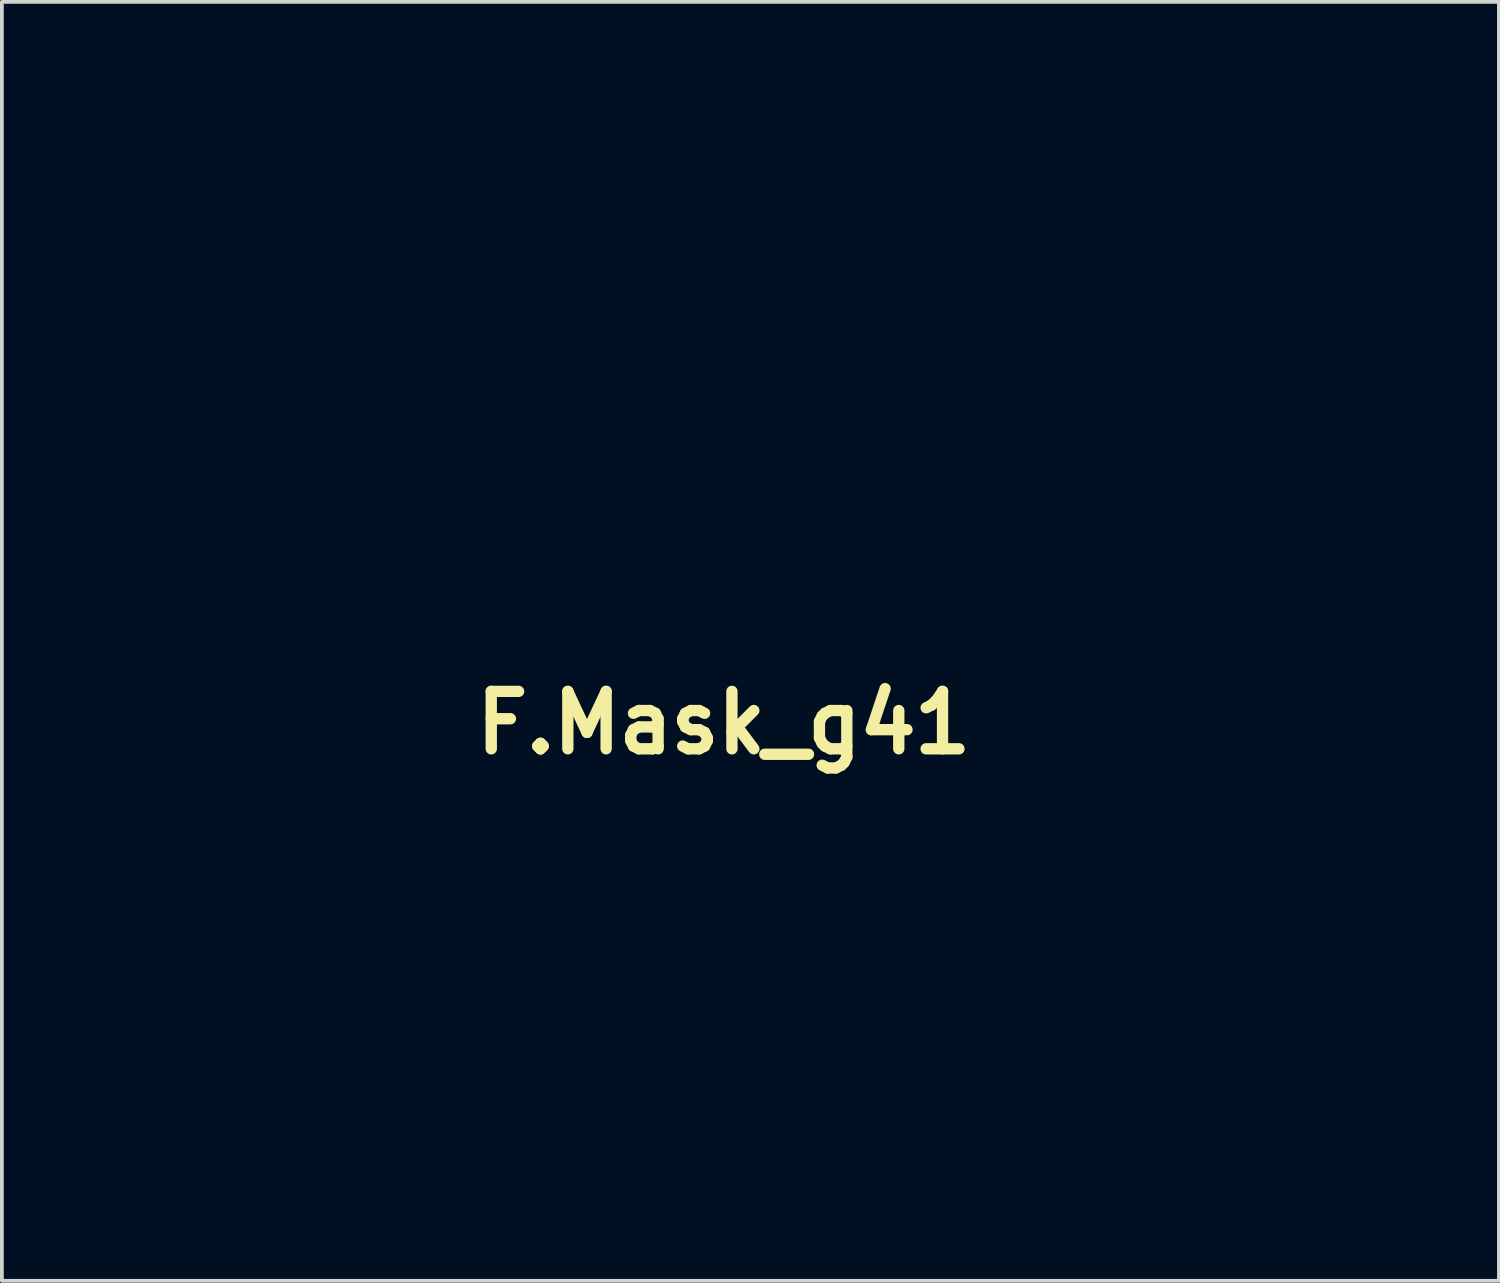
<source format=kicad_pcb>
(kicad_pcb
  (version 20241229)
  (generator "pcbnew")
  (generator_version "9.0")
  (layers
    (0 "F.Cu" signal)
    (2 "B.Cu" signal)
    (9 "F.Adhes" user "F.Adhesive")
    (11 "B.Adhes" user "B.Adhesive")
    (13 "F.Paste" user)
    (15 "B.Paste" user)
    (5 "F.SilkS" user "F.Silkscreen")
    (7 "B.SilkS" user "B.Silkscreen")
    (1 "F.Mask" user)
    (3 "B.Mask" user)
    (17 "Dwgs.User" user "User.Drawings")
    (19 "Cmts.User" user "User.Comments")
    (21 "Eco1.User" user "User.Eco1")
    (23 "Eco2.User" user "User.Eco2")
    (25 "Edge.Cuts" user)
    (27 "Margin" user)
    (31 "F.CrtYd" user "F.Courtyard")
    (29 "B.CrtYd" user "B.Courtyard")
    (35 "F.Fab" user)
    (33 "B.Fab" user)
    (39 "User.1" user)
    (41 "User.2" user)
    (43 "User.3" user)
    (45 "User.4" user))
  (footprint "F.Mask_g41"
    (layer "F.Cu")
    (at 16.154 16.13)
    (property "Reference" "F.Mask_g41" (at 0 0 0) (layer "F.SilkS") (effects (font (size 1.524 1.524) (thickness 0.3))))
    (attr through_hole)
    (fp_poly (pts (xy 8.903 -16.119) (xy 9.104 -16.096) (xy 9.266 -16.052) (xy 9.403 -15.982) (xy 9.531 -15.883) (xy 9.665 -15.75) (xy 9.675 -15.739) (xy 9.896 -15.458) (xy 10.076 -15.145) (xy 10.208 -14.818) (xy 10.287 -14.494) (xy 10.305 -14.189) (xy 10.284 -14.015) (xy 10.214 -13.814) (xy 10.094 -13.592) (xy 9.944 -13.379) (xy 9.783 -13.205) (xy 9.738 -13.166) (xy 9.547 -13.032) (xy 9.358 -12.942) (xy 9.146 -12.888) (xy 8.886 -12.863) (xy 8.753 -12.858) (xy 8.48 -12.863) (xy 8.27 -12.895) (xy 8.101 -12.96) (xy 7.955 -13.066) (xy 7.843 -13.181) (xy 7.729 -13.338) (xy 7.658 -13.511) (xy 7.627 -13.721) (xy 7.628 -13.988) (xy 7.628 -13.992) (xy 7.67 -14.31) (xy 7.762 -14.567) (xy 7.908 -14.776) (xy 8.016 -14.876) (xy 8.136 -14.959) (xy 8.252 -14.998) (xy 8.4 -15.007) (xy 8.618 -14.971) (xy 8.795 -14.873) (xy 8.924 -14.729) (xy 9 -14.553) (xy 9.015 -14.36) (xy 8.963 -14.165) (xy 8.839 -13.984) (xy 8.829 -13.974) (xy 8.733 -13.886) (xy 8.648 -13.84) (xy 8.538 -13.824) (xy 8.434 -13.822) (xy 8.28 -13.828) (xy 8.147 -13.844) (xy 8.09 -13.858) (xy 8.027 -13.876) (xy 8.002 -13.856) (xy 8.004 -13.779) (xy 8.012 -13.719) (xy 8.06 -13.529) (xy 8.155 -13.388) (xy 8.314 -13.274) (xy 8.369 -13.246) (xy 8.64 -13.157) (xy 8.912 -13.153) (xy 9.184 -13.232) (xy 9.454 -13.395) (xy 9.572 -13.492) (xy 9.767 -13.716) (xy 9.884 -13.967) (xy 9.923 -14.247) (xy 9.885 -14.558) (xy 9.77 -14.902) (xy 9.722 -15.008) (xy 9.563 -15.289) (xy 9.377 -15.503) (xy 9.149 -15.67) (xy 9.039 -15.728) (xy 8.766 -15.818) (xy 8.446 -15.849) (xy 8.088 -15.824) (xy 7.704 -15.744) (xy 7.304 -15.613) (xy 6.9 -15.432) (xy 6.501 -15.204) (xy 6.429 -15.157) (xy 5.832 -14.714) (xy 5.253 -14.192) (xy 4.697 -13.597) (xy 4.167 -12.934) (xy 3.669 -12.209) (xy 3.205 -11.426) (xy 2.958 -10.954) (xy 2.79 -10.61) (xy 2.621 -10.248) (xy 2.454 -9.877) (xy 2.294 -9.508) (xy 2.145 -9.15) (xy 2.01 -8.813) (xy 1.894 -8.507) (xy 1.801 -8.243) (xy 1.735 -8.029) (xy 1.699 -7.877) (xy 1.694 -7.823) (xy 1.713 -7.696) (xy 1.758 -7.548) (xy 1.777 -7.504) (xy 1.871 -7.229) (xy 1.916 -6.947) (xy 1.905 -6.689) (xy 1.903 -6.677) (xy 1.869 -6.528) (xy 1.822 -6.404) (xy 1.749 -6.279) (xy 1.635 -6.125) (xy 1.602 -6.083) (xy 1.516 -5.969) (xy 1.458 -5.879) (xy 1.439 -5.839) (xy 1.456 -5.78) (xy 1.499 -5.681) (xy 1.553 -5.571) (xy 1.605 -5.476) (xy 1.643 -5.423) (xy 1.649 -5.42) (xy 1.677 -5.455) (xy 1.736 -5.551) (xy 1.816 -5.691) (xy 1.868 -5.784) (xy 2.797 -5.784) (xy 2.837 -5.799) (xy 2.934 -5.852) (xy 3.073 -5.934) (xy 3.239 -6.038) (xy 3.662 -6.291) (xy 4.048 -6.482) (xy 4.411 -6.613) (xy 4.766 -6.689) (xy 5.128 -6.714) (xy 5.511 -6.691) (xy 5.671 -6.67) (xy 5.894 -6.639) (xy 6.049 -6.631) (xy 6.149 -6.654) (xy 6.21 -6.716) (xy 6.245 -6.826) (xy 6.269 -6.991) (xy 6.272 -7.015) (xy 6.351 -7.349) (xy 6.5 -7.68) (xy 6.708 -7.989) (xy 6.962 -8.257) (xy 7.239 -8.46) (xy 7.339 -8.514) (xy 7.435 -8.547) (xy 7.55 -8.565) (xy 7.71 -8.572) (xy 7.832 -8.572) (xy 8.033 -8.569) (xy 8.178 -8.557) (xy 8.296 -8.53) (xy 8.415 -8.482) (xy 8.482 -8.451) (xy 8.768 -8.285) (xy 8.976 -8.101) (xy 9.114 -7.891) (xy 9.187 -7.645) (xy 9.204 -7.428) (xy 9.168 -7.077) (xy 9.055 -6.756) (xy 8.923 -6.536) (xy 8.74 -6.346) (xy 8.514 -6.219) (xy 8.263 -6.157) (xy 8 -6.16) (xy 7.743 -6.231) (xy 7.508 -6.371) (xy 7.469 -6.404) (xy 7.351 -6.522) (xy 7.254 -6.644) (xy 7.212 -6.717) (xy 7.161 -6.928) (xy 7.17 -7.15) (xy 7.231 -7.367) (xy 7.335 -7.564) (xy 7.473 -7.725) (xy 7.637 -7.833) (xy 7.819 -7.874) (xy 7.822 -7.874) (xy 8.03 -7.837) (xy 8.192 -7.734) (xy 8.298 -7.574) (xy 8.339 -7.366) (xy 8.34 -7.349) (xy 8.328 -7.214) (xy 8.28 -7.108) (xy 8.197 -7.009) (xy 8.108 -6.922) (xy 8.028 -6.877) (xy 7.923 -6.86) (xy 7.809 -6.858) (xy 7.563 -6.858) (xy 7.666 -6.748) (xy 7.854 -6.597) (xy 8.058 -6.528) (xy 8.271 -6.541) (xy 8.486 -6.636) (xy 8.63 -6.747) (xy 8.756 -6.905) (xy 8.844 -7.103) (xy 8.89 -7.315) (xy 8.887 -7.518) (xy 8.832 -7.687) (xy 8.82 -7.706) (xy 8.614 -7.952) (xy 8.378 -8.126) (xy 8.121 -8.228) (xy 7.851 -8.252) (xy 7.579 -8.197) (xy 7.46 -8.146) (xy 7.273 -8.028) (xy 7.112 -7.866) (xy 6.963 -7.647) (xy 6.847 -7.423) (xy 6.781 -7.275) (xy 6.74 -7.154) (xy 6.719 -7.027) (xy 6.711 -6.866) (xy 6.71 -6.731) (xy 6.713 -6.525) (xy 6.727 -6.375) (xy 6.756 -6.252) (xy 6.804 -6.128) (xy 6.82 -6.094) (xy 7.006 -5.783) (xy 7.239 -5.541) (xy 7.521 -5.367) (xy 7.853 -5.26) (xy 8.237 -5.221) (xy 8.394 -5.223) (xy 8.6 -5.237) (xy 8.756 -5.263) (xy 8.899 -5.31) (xy 9.041 -5.375) (xy 9.309 -5.551) (xy 9.546 -5.801) (xy 9.752 -6.127) (xy 9.93 -6.531) (xy 9.984 -6.689) (xy 10.039 -6.867) (xy 10.084 -7.042) (xy 10.121 -7.23) (xy 10.154 -7.449) (xy 10.185 -7.714) (xy 10.217 -8.044) (xy 10.225 -8.128) (xy 10.278 -8.682) (xy 10.336 -9.161) (xy 10.399 -9.576) (xy 10.471 -9.937) (xy 10.554 -10.254) (xy 10.652 -10.537) (xy 10.765 -10.798) (xy 10.899 -11.045) (xy 11.046 -11.277) (xy 11.263 -11.599) (xy 11.061 -11.519) (xy 10.742 -11.386) (xy 10.366 -11.217) (xy 9.949 -11.02) (xy 9.506 -10.803) (xy 9.052 -10.573) (xy 8.603 -10.339) (xy 8.175 -10.109) (xy 7.783 -9.889) (xy 7.504 -9.726) (xy 7.085 -9.465) (xy 6.647 -9.176) (xy 6.199 -8.865) (xy 5.75 -8.539) (xy 5.309 -8.205) (xy 4.883 -7.87) (xy 4.482 -7.541) (xy 4.115 -7.225) (xy 3.79 -6.929) (xy 3.516 -6.66) (xy 3.302 -6.424) (xy 3.226 -6.329) (xy 3.111 -6.181) (xy 2.995 -6.039) (xy 2.907 -5.938) (xy 2.833 -5.852) (xy 2.797 -5.795) (xy 2.797 -5.784) (xy 1.868 -5.784) (xy 1.902 -5.847) (xy 2.317 -6.535) (xy 2.806 -7.207) (xy 3.36 -7.852) (xy 3.97 -8.458) (xy 4.551 -8.956) (xy 4.805 -9.152) (xy 5.112 -9.381) (xy 5.454 -9.628) (xy 5.812 -9.882) (xy 6.169 -10.128) (xy 6.505 -10.355) (xy 6.802 -10.549) (xy 6.844 -10.575) (xy 7.887 -11.199) (xy 8.905 -11.742) (xy 9.901 -12.204) (xy 9.918 -12.211) (xy 14.226 -12.211) (xy 14.235 -12.168) (xy 14.321 -12.102) (xy 14.406 -12.054) (xy 14.789 -11.807) (xy 15.122 -11.496) (xy 15.398 -11.132) (xy 15.608 -10.724) (xy 15.734 -10.338) (xy 15.771 -10.191) (xy 15.802 -10.083) (xy 15.821 -10.034) (xy 15.823 -10.033) (xy 15.846 -10.069) (xy 15.897 -10.166) (xy 15.968 -10.31) (xy 16.046 -10.473) (xy 16.161 -10.729) (xy 16.266 -10.983) (xy 16.355 -11.22) (xy 16.421 -11.422) (xy 16.46 -11.575) (xy 16.468 -11.641) (xy 16.427 -11.807) (xy 16.308 -11.955) (xy 16.115 -12.081) (xy 15.854 -12.182) (xy 15.634 -12.235) (xy 15.497 -12.253) (xy 15.313 -12.265) (xy 15.102 -12.27) (xy 14.879 -12.27) (xy 14.663 -12.265) (xy 14.473 -12.254) (xy 14.325 -12.239) (xy 14.238 -12.219) (xy 14.226 -12.211) (xy 9.918 -12.211) (xy 10.876 -12.587) (xy 11.829 -12.889) (xy 12.762 -13.112) (xy 13.676 -13.255) (xy 14.118 -13.297) (xy 14.473 -13.316) (xy 14.843 -13.325) (xy 15.21 -13.324) (xy 15.558 -13.313) (xy 15.871 -13.293) (xy 16.132 -13.264) (xy 16.32 -13.229) (xy 16.691 -13.102) (xy 17.008 -12.931) (xy 17.262 -12.72) (xy 17.446 -12.476) (xy 17.468 -12.435) (xy 17.52 -12.323) (xy 17.551 -12.223) (xy 17.564 -12.108) (xy 17.563 -11.95) (xy 17.559 -11.837) (xy 17.553 -11.711) (xy 17.543 -11.604) (xy 17.525 -11.504) (xy 17.496 -11.395) (xy 17.45 -11.265) (xy 17.383 -11.1) (xy 17.291 -10.887) (xy 17.17 -10.612) (xy 17.147 -10.562) (xy 16.904 -10.009) (xy 16.692 -9.513) (xy 16.504 -9.057) (xy 16.334 -8.623) (xy 16.176 -8.194) (xy 16.023 -7.752) (xy 15.868 -7.28) (xy 15.706 -6.76) (xy 15.537 -6.202) (xy 15.262 -5.419) (xy 14.91 -4.649) (xy 14.489 -3.906) (xy 14.008 -3.206) (xy 13.55 -2.646) (xy 13.427 -2.504) (xy 13.329 -2.382) (xy 13.266 -2.297) (xy 13.25 -2.265) (xy 13.266 -2.212) (xy 13.309 -2.097) (xy 13.373 -1.937) (xy 13.452 -1.747) (xy 13.464 -1.719) (xy 13.616 -1.343) (xy 13.73 -1.017) (xy 13.811 -0.72) (xy 13.863 -0.429) (xy 13.891 -0.121) (xy 13.902 0.225) (xy 13.902 0.233) (xy 13.901 0.502) (xy 13.895 0.709) (xy 13.881 0.876) (xy 13.857 1.027) (xy 13.82 1.183) (xy 13.808 1.228) (xy 13.621 1.767) (xy 13.364 2.281) (xy 13.046 2.755) (xy 12.677 3.172) (xy 12.637 3.211) (xy 12.31 3.486) (xy 11.964 3.703) (xy 11.583 3.868) (xy 11.153 3.99) (xy 10.72 4.065) (xy 10.546 4.092) (xy 10.406 4.121) (xy 10.32 4.146) (xy 10.303 4.157) (xy 10.308 4.21) (xy 10.338 4.323) (xy 10.39 4.476) (xy 10.431 4.584) (xy 10.6 5.039) (xy 10.732 5.437) (xy 10.83 5.798) (xy 10.899 6.139) (xy 10.942 6.478) (xy 10.964 6.834) (xy 10.968 7.112) (xy 10.961 7.504) (xy 10.94 7.851) (xy 10.901 8.187) (xy 10.839 8.543) (xy 10.771 8.869) (xy 10.62 9.466) (xy 10.45 9.986) (xy 10.257 10.433) (xy 10.039 10.814) (xy 9.793 11.132) (xy 9.514 11.394) (xy 9.256 11.574) (xy 8.986 11.711) (xy 8.74 11.781) (xy 8.495 11.787) (xy 8.296 11.751) (xy 7.918 11.626) (xy 7.504 11.435) (xy 7.064 11.186) (xy 6.605 10.885) (xy 6.138 10.539) (xy 5.67 10.155) (xy 5.631 10.12) (xy 7.281 10.12) (xy 7.316 10.162) (xy 7.405 10.229) (xy 7.53 10.308) (xy 7.667 10.386) (xy 7.798 10.45) (xy 7.856 10.474) (xy 8.085 10.529) (xy 8.33 10.539) (xy 8.562 10.507) (xy 8.742 10.437) (xy 8.874 10.341) (xy 9.012 10.214) (xy 9.071 10.148) (xy 9.168 10.017) (xy 9.258 9.872) (xy 9.333 9.734) (xy 9.381 9.62) (xy 9.392 9.552) (xy 9.388 9.543) (xy 9.342 9.551) (xy 9.243 9.595) (xy 9.111 9.666) (xy 9.073 9.687) (xy 8.769 9.846) (xy 8.472 9.956) (xy 8.152 10.025) (xy 7.781 10.062) (xy 7.758 10.063) (xy 7.568 10.076) (xy 7.415 10.091) (xy 7.313 10.106) (xy 7.281 10.12) (xy 5.631 10.12) (xy 5.211 9.74) (xy 4.769 9.299) (xy 4.353 8.841) (xy 4.13 8.572) (xy 3.593 7.844) (xy 3.101 7.052) (xy 2.659 6.21) (xy 2.271 5.33) (xy 1.942 4.422) (xy 1.847 4.095) (xy 2.688 4.095) (xy 2.708 4.168) (xy 2.726 4.22) (xy 2.783 4.368) (xy 2.87 4.573) (xy 2.977 4.818) (xy 3.097 5.083) (xy 3.22 5.352) (xy 3.34 5.604) (xy 3.447 5.822) (xy 3.532 5.988) (xy 3.535 5.992) (xy 3.669 6.229) (xy 3.818 6.474) (xy 3.973 6.717) (xy 4.128 6.948) (xy 4.274 7.154) (xy 4.404 7.327) (xy 4.511 7.454) (xy 4.587 7.524) (xy 4.613 7.535) (xy 4.638 7.497) (xy 4.668 7.399) (xy 4.692 7.292) (xy 4.759 6.862) (xy 4.806 6.383) (xy 4.834 5.882) (xy 4.84 5.386) (xy 4.824 4.919) (xy 4.788 4.53) (xy 4.761 4.336) (xy 4.728 4.12) (xy 4.691 3.895) (xy 4.653 3.68) (xy 4.618 3.49) (xy 4.588 3.341) (xy 4.565 3.251) (xy 4.557 3.231) (xy 4.532 3.257) (xy 4.482 3.34) (xy 4.429 3.443) (xy 4.277 3.683) (xy 4.079 3.892) (xy 3.856 4.049) (xy 3.681 4.124) (xy 3.428 4.179) (xy 3.183 4.182) (xy 2.916 4.134) (xy 2.763 4.089) (xy 2.705 4.074) (xy 2.688 4.095) (xy 1.847 4.095) (xy 1.676 3.5) (xy 1.478 2.575) (xy 1.354 1.66) (xy 1.331 1.386) (xy 1.316 1.221) (xy 1.298 1.094) (xy 1.279 1.024) (xy 1.272 1.016) (xy 1.253 1.044) (xy 1.229 1.129) (xy 1.201 1.275) (xy 1.168 1.486) (xy 1.129 1.764) (xy 1.084 2.114) (xy 1.032 2.537) (xy 0.973 3.039) (xy 0.91 3.595) (xy 0.878 3.869) (xy 0.849 4.114) (xy 0.823 4.317) (xy 0.802 4.467) (xy 0.788 4.55) (xy 0.784 4.564) (xy 0.734 4.567) (xy 0.703 4.558) (xy 0.679 4.546) (xy 0.66 4.524) (xy 0.642 4.483) (xy 0.624 4.413) (xy 0.606 4.306) (xy 0.584 4.151) (xy 0.559 3.941) (xy 0.527 3.665) (xy 0.489 3.315) (xy 0.486 3.288) (xy 0.436 2.849) (xy 0.387 2.44) (xy 0.34 2.069) (xy 0.296 1.743) (xy 0.256 1.47) (xy 0.221 1.258) (xy 0.192 1.114) (xy 0.171 1.046) (xy 0.169 1.043) (xy 0.149 1.063) (xy 0.127 1.149) (xy 0.108 1.284) (xy 0.107 1.297) (xy -0.034 2.405) (xy -0.241 3.46) (xy -0.515 4.465) (xy -0.855 5.421) (xy -1.263 6.33) (xy -1.739 7.193) (xy -2.215 7.916) (xy -2.839 8.726) (xy -3.507 9.468) (xy -4.218 10.139) (xy -4.97 10.737) (xy -5.376 11.019) (xy -5.812 11.29) (xy -6.201 11.5) (xy -6.552 11.65) (xy -6.806 11.729) (xy -6.99 11.775) (xy -7.119 11.799) (xy -7.224 11.801) (xy -7.331 11.781) (xy -7.47 11.737) (xy -7.536 11.715) (xy -7.858 11.568) (xy -8.152 11.354) (xy -8.42 11.071) (xy -8.664 10.715) (xy -8.887 10.283) (xy -9.091 9.772) (xy -9.145 9.614) (xy -9.181 9.503) (xy -7.993 9.503) (xy -7.99 9.553) (xy -7.95 9.653) (xy -7.885 9.783) (xy -7.805 9.921) (xy -7.722 10.048) (xy -7.678 10.106) (xy -7.444 10.335) (xy -7.186 10.482) (xy -6.908 10.549) (xy -6.616 10.533) (xy -6.312 10.434) (xy -6.239 10.398) (xy -6.1 10.32) (xy -5.976 10.242) (xy -5.928 10.207) (xy -5.824 10.125) (xy -5.971 10.102) (xy -6.082 10.089) (xy -6.247 10.074) (xy -6.434 10.06) (xy -6.478 10.057) (xy -6.767 10.028) (xy -7.014 9.976) (xy -7.249 9.891) (xy -7.504 9.764) (xy -7.619 9.698) (xy -7.773 9.61) (xy -7.897 9.544) (xy -7.975 9.507) (xy -7.993 9.503) (xy -9.181 9.503) (xy -9.247 9.297) (xy -9.328 9.019) (xy -9.39 8.763) (xy -9.435 8.511) (xy -9.467 8.247) (xy -9.486 7.952) (xy -9.497 7.609) (xy -9.501 7.203) (xy -9.501 7.133) (xy -9.501 7.048) (xy -8.437 7.048) (xy -8.424 7.446) (xy -8.378 7.793) (xy -8.295 8.117) (xy -8.167 8.449) (xy -8.079 8.635) (xy -7.87 8.99) (xy -7.625 9.272) (xy -7.338 9.487) (xy -7.002 9.639) (xy -6.89 9.674) (xy -6.642 9.717) (xy -6.345 9.727) (xy -6.027 9.705) (xy -5.714 9.653) (xy -5.482 9.59) (xy -5.149 9.465) (xy -4.877 9.329) (xy -4.641 9.167) (xy -4.419 8.965) (xy -4.365 8.91) (xy -4.1 8.583) (xy -3.892 8.229) (xy -3.746 7.859) (xy -3.668 7.487) (xy -3.662 7.129) (xy -3.677 7.015) (xy -3.721 6.824) (xy -3.785 6.629) (xy -3.837 6.507) (xy -3.978 6.289) (xy -4.176 6.062) (xy -4.408 5.849) (xy -4.652 5.67) (xy -4.804 5.585) (xy -4.952 5.516) (xy -5.071 5.473) (xy -5.192 5.45) (xy -5.343 5.442) (xy -5.503 5.44) (xy -5.704 5.444) (xy -5.849 5.456) (xy -5.968 5.484) (xy -6.089 5.531) (xy -6.16 5.565) (xy -6.42 5.727) (xy -6.66 5.941) (xy -6.857 6.185) (xy -6.952 6.35) (xy -7.07 6.668) (xy -7.128 6.988) (xy -7.128 7.295) (xy -7.071 7.576) (xy -6.957 7.816) (xy -6.869 7.927) (xy -6.729 8.032) (xy -6.537 8.123) (xy -6.327 8.187) (xy -6.132 8.212) (xy -6.126 8.212) (xy -5.884 8.172) (xy -5.643 8.063) (xy -5.425 7.899) (xy -5.252 7.695) (xy -5.203 7.611) (xy -5.134 7.396) (xy -5.148 7.185) (xy -5.246 6.982) (xy -5.371 6.839) (xy -5.503 6.715) (xy -5.503 6.946) (xy -5.524 7.152) (xy -5.592 7.299) (xy -5.717 7.407) (xy -5.758 7.43) (xy -5.954 7.491) (xy -6.14 7.479) (xy -6.303 7.403) (xy -6.427 7.276) (xy -6.5 7.106) (xy -6.505 6.905) (xy -6.502 6.883) (xy -6.425 6.681) (xy -6.289 6.521) (xy -6.108 6.405) (xy -5.897 6.335) (xy -5.669 6.312) (xy -5.439 6.337) (xy -5.221 6.412) (xy -5.031 6.539) (xy -4.882 6.719) (xy -4.878 6.725) (xy -4.792 6.943) (xy -4.756 7.199) (xy -4.772 7.46) (xy -4.84 7.696) (xy -4.862 7.741) (xy -5.045 8.011) (xy -5.284 8.249) (xy -5.512 8.406) (xy -5.627 8.465) (xy -5.727 8.502) (xy -5.841 8.521) (xy -5.993 8.528) (xy -6.138 8.529) (xy -6.35 8.524) (xy -6.503 8.509) (xy -6.625 8.479) (xy -6.737 8.432) (xy -6.957 8.29) (xy -7.154 8.099) (xy -7.307 7.881) (xy -7.384 7.702) (xy -7.424 7.499) (xy -7.445 7.244) (xy -7.448 6.965) (xy -7.432 6.694) (xy -7.397 6.459) (xy -7.386 6.412) (xy -7.262 6.095) (xy -7.062 5.802) (xy -6.796 5.541) (xy -6.469 5.32) (xy -6.356 5.261) (xy -6.245 5.211) (xy -6.141 5.176) (xy -6.024 5.154) (xy -5.87 5.14) (xy -5.659 5.132) (xy -5.597 5.13) (xy -5.245 5.132) (xy -4.952 5.164) (xy -4.694 5.231) (xy -4.448 5.341) (xy -4.19 5.498) (xy -4.183 5.503) (xy -3.873 5.714) (xy -3.842 5.45) (xy -3.826 5.322) (xy -3.812 5.21) (xy -3.383 5.21) (xy -3.38 5.514) (xy -3.376 5.739) (xy -3.368 6.133) (xy -3.357 6.453) (xy -3.343 6.713) (xy -3.325 6.924) (xy -3.303 7.099) (xy -3.283 7.207) (xy -3.249 7.371) (xy -3.221 7.498) (xy -3.203 7.569) (xy -3.199 7.578) (xy -3.171 7.547) (xy -3.102 7.466) (xy -3.007 7.349) (xy -2.971 7.304) (xy -2.675 6.905) (xy -2.374 6.441) (xy -2.078 5.931) (xy -1.799 5.395) (xy -1.63 5.038) (xy -1.516 4.778) (xy -1.42 4.544) (xy -1.344 4.347) (xy -1.295 4.196) (xy -1.275 4.105) (xy -1.278 4.084) (xy -1.325 4.085) (xy -1.425 4.108) (xy -1.501 4.129) (xy -1.81 4.186) (xy -2.106 4.163) (xy -2.296 4.107) (xy -2.519 3.986) (xy -2.733 3.805) (xy -2.912 3.585) (xy -3.011 3.408) (xy -3.106 3.196) (xy -3.157 3.37) (xy -3.184 3.479) (xy -3.22 3.649) (xy -3.259 3.856) (xy -3.299 4.08) (xy -3.301 4.093) (xy -3.33 4.273) (xy -3.352 4.435) (xy -3.368 4.594) (xy -3.378 4.766) (xy -3.382 4.966) (xy -3.383 5.21) (xy -3.812 5.21) (xy -3.801 5.13) (xy -3.771 4.891) (xy -3.736 4.626) (xy -3.704 4.381) (xy -3.663 4.07) (xy -3.632 3.834) (xy -3.613 3.665) (xy -3.605 3.552) (xy -3.61 3.487) (xy -3.628 3.462) (xy -3.659 3.467) (xy -3.705 3.494) (xy -3.759 3.529) (xy -4.214 3.779) (xy -4.664 3.949) (xy -5.118 4.042) (xy -5.48 4.064) (xy -5.692 4.059) (xy -5.834 4.042) (xy -5.918 4.005) (xy -5.958 3.943) (xy -5.969 3.849) (xy -5.969 3.847) (xy -5.964 3.786) (xy -5.938 3.749) (xy -5.872 3.728) (xy -5.747 3.714) (xy -5.683 3.708) (xy -5.223 3.66) (xy -4.836 3.594) (xy -4.511 3.509) (xy -4.238 3.401) (xy -4.006 3.266) (xy -3.815 3.113) (xy -3.689 2.979) (xy -3.572 2.819) (xy -3.459 2.621) (xy -3.415 2.528) (xy -2.786 2.528) (xy -2.773 2.858) (xy -2.723 3.146) (xy -2.636 3.378) (xy -2.593 3.449) (xy -2.405 3.661) (xy -2.191 3.806) (xy -1.961 3.879) (xy -1.729 3.876) (xy -1.588 3.834) (xy -1.418 3.73) (xy -1.24 3.566) (xy -1.074 3.361) (xy -0.937 3.138) (xy -0.918 3.099) (xy -0.814 2.814) (xy -0.765 2.532) (xy -0.772 2.271) (xy -0.837 2.051) (xy -0.842 2.041) (xy -0.976 1.85) (xy -1.146 1.712) (xy -1.336 1.634) (xy -1.53 1.622) (xy -1.713 1.683) (xy -1.727 1.692) (xy -1.821 1.767) (xy -1.833 1.823) (xy -1.764 1.856) (xy -1.666 1.863) (xy -1.471 1.9) (xy -1.313 2.001) (xy -1.203 2.148) (xy -1.15 2.326) (xy -1.165 2.517) (xy -1.206 2.624) (xy -1.322 2.777) (xy -1.481 2.859) (xy -1.645 2.879) (xy -1.867 2.84) (xy -2.052 2.726) (xy -2.198 2.538) (xy -2.251 2.429) (xy -2.278 2.324) (xy -2.283 2.192) (xy -2.277 2.059) (xy -2.23 1.76) (xy -2.13 1.517) (xy -1.968 1.314) (xy -1.927 1.277) (xy -1.831 1.201) (xy -1.742 1.161) (xy -1.625 1.145) (xy -1.512 1.143) (xy -1.204 1.185) (xy -0.909 1.304) (xy -0.692 1.454) (xy -0.559 1.566) (xy -0.508 1.302) (xy -0.473 1.067) (xy -0.448 0.792) (xy -0.434 0.49) (xy -0.429 0.17) (xy -0.43 0.064) (xy 1.884 0.064) (xy 1.886 0.461) (xy 1.892 0.781) (xy 1.903 1.028) (xy 1.918 1.21) (xy 1.938 1.333) (xy 1.94 1.341) (xy 1.997 1.56) (xy 2.182 1.419) (xy 2.458 1.256) (xy 2.756 1.166) (xy 3.038 1.153) (xy 3.186 1.172) (xy 3.288 1.213) (xy 3.385 1.293) (xy 3.433 1.343) (xy 3.581 1.553) (xy 3.677 1.795) (xy 3.719 2.051) (xy 3.704 2.3) (xy 3.632 2.523) (xy 3.54 2.662) (xy 3.42 2.763) (xy 3.269 2.843) (xy 3.118 2.89) (xy 3.004 2.891) (xy 2.808 2.803) (xy 2.668 2.658) (xy 2.593 2.471) (xy 2.584 2.362) (xy 2.624 2.175) (xy 2.727 2.018) (xy 2.877 1.908) (xy 3.057 1.863) (xy 3.069 1.862) (xy 3.21 1.847) (xy 3.273 1.805) (xy 3.255 1.736) (xy 3.222 1.698) (xy 3.12 1.633) (xy 2.973 1.609) (xy 2.94 1.609) (xy 2.712 1.645) (xy 2.524 1.746) (xy 2.377 1.901) (xy 2.275 2.1) (xy 2.218 2.331) (xy 2.208 2.585) (xy 2.249 2.849) (xy 2.342 3.113) (xy 2.488 3.367) (xy 2.587 3.491) (xy 2.816 3.708) (xy 3.049 3.841) (xy 3.286 3.888) (xy 3.528 3.852) (xy 3.62 3.815) (xy 3.815 3.705) (xy 3.964 3.563) (xy 4.074 3.381) (xy 4.147 3.147) (xy 4.19 2.853) (xy 4.206 2.487) (xy 4.206 2.479) (xy 4.206 2.248) (xy 4.199 2.075) (xy 4.181 1.933) (xy 4.148 1.794) (xy 4.097 1.631) (xy 4.089 1.609) (xy 3.815 0.886) (xy 3.499 0.206) (xy 3.15 -0.414) (xy 3.035 -0.593) (xy 2.918 -0.762) (xy 2.778 -0.956) (xy 2.626 -1.157) (xy 2.475 -1.35) (xy 2.339 -1.518) (xy 2.229 -1.645) (xy 2.171 -1.704) (xy 2.108 -1.752) (xy 2.072 -1.735) (xy 2.04 -1.674) (xy 1.992 -1.54) (xy 1.953 -1.369) (xy 1.924 -1.152) (xy 1.903 -0.882) (xy 1.89 -0.548) (xy 1.884 -0.142) (xy 1.884 0.064) (xy -0.43 0.064) (xy -0.433 -0.157) (xy -0.445 -0.479) (xy -0.465 -0.787) (xy -0.491 -1.067) (xy -0.525 -1.311) (xy -0.564 -1.507) (xy -0.609 -1.643) (xy -0.658 -1.71) (xy -0.675 -1.714) (xy -0.736 -1.681) (xy -0.835 -1.587) (xy -0.964 -1.442) (xy -1.115 -1.256) (xy -1.279 -1.041) (xy -1.448 -0.804) (xy -1.534 -0.677) (xy -1.694 -0.425) (xy -1.867 -0.122) (xy -2.045 0.21) (xy -2.217 0.552) (xy -2.373 0.883) (xy -2.503 1.184) (xy -2.597 1.435) (xy -2.598 1.439) (xy -2.698 1.804) (xy -2.761 2.172) (xy -2.786 2.528) (xy -3.415 2.528) (xy -3.344 2.376) (xy -3.221 2.071) (xy -3.085 1.696) (xy -3.07 1.651) (xy -2.851 1.051) (xy -2.628 0.515) (xy -2.391 0.021) (xy -2.128 -0.451) (xy -1.829 -0.923) (xy -1.483 -1.416) (xy -1.411 -1.513) (xy -1.26 -1.72) (xy -1.12 -1.918) (xy -1.003 -2.09) (xy -0.919 -2.222) (xy -0.887 -2.278) (xy -0.841 -2.398) (xy -0.798 -2.556) (xy -0.764 -2.726) (xy -0.743 -2.884) (xy -0.74 -2.956) (xy 2.182 -2.956) (xy 2.187 -2.819) (xy 2.208 -2.654) (xy 2.241 -2.486) (xy 2.282 -2.343) (xy 2.307 -2.283) (xy 2.358 -2.198) (xy 2.449 -2.062) (xy 2.569 -1.89) (xy 2.707 -1.698) (xy 2.773 -1.609) (xy 3.122 -1.124) (xy 3.424 -0.67) (xy 3.688 -0.229) (xy 3.925 0.218) (xy 4.143 0.688) (xy 4.351 1.2) (xy 4.559 1.771) (xy 4.635 1.99) (xy 4.752 2.315) (xy 4.862 2.572) (xy 4.974 2.777) (xy 5.096 2.945) (xy 5.237 3.091) (xy 5.243 3.096) (xy 5.46 3.274) (xy 5.688 3.413) (xy 5.942 3.518) (xy 6.238 3.597) (xy 6.592 3.654) (xy 6.861 3.682) (xy 7.055 3.699) (xy 7.218 3.713) (xy 7.332 3.722) (xy 7.377 3.725) (xy 7.403 3.76) (xy 7.408 3.842) (xy 7.394 3.934) (xy 7.364 4.003) (xy 7.355 4.012) (xy 7.237 4.066) (xy 7.056 4.089) (xy 6.804 4.079) (xy 6.663 4.063) (xy 6.145 3.96) (xy 5.66 3.786) (xy 5.367 3.635) (xy 5.227 3.558) (xy 5.117 3.507) (xy 5.053 3.488) (xy 5.047 3.49) (xy 5.045 3.538) (xy 5.053 3.655) (xy 5.07 3.829) (xy 5.094 4.046) (xy 5.123 4.292) (xy 5.156 4.553) (xy 5.19 4.816) (xy 5.224 5.067) (xy 5.256 5.292) (xy 5.285 5.478) (xy 5.308 5.611) (xy 5.325 5.677) (xy 5.327 5.682) (xy 5.373 5.674) (xy 5.461 5.622) (xy 5.546 5.56) (xy 5.689 5.459) (xy 5.867 5.352) (xy 6.011 5.277) (xy 6.133 5.222) (xy 6.24 5.184) (xy 6.353 5.16) (xy 6.496 5.144) (xy 6.688 5.134) (xy 6.833 5.129) (xy 7.115 5.126) (xy 7.36 5.134) (xy 7.548 5.152) (xy 7.605 5.162) (xy 7.864 5.26) (xy 8.118 5.43) (xy 8.356 5.66) (xy 8.564 5.936) (xy 8.733 6.248) (xy 8.806 6.435) (xy 8.85 6.582) (xy 8.876 6.721) (xy 8.887 6.878) (xy 8.885 7.083) (xy 8.883 7.154) (xy 8.872 7.369) (xy 8.855 7.527) (xy 8.826 7.657) (xy 8.778 7.785) (xy 8.734 7.882) (xy 8.572 8.145) (xy 8.365 8.337) (xy 8.109 8.462) (xy 8.069 8.475) (xy 7.865 8.512) (xy 7.618 8.525) (xy 7.365 8.516) (xy 7.145 8.483) (xy 7.098 8.471) (xy 6.873 8.367) (xy 6.658 8.197) (xy 6.466 7.979) (xy 6.313 7.731) (xy 6.215 7.473) (xy 6.2 7.401) (xy 6.2 7.192) (xy 6.261 6.964) (xy 6.37 6.742) (xy 6.515 6.548) (xy 6.682 6.406) (xy 6.759 6.366) (xy 6.966 6.315) (xy 7.204 6.31) (xy 7.436 6.349) (xy 7.579 6.405) (xy 7.758 6.54) (xy 7.879 6.717) (xy 7.938 6.916) (xy 7.928 7.12) (xy 7.851 7.299) (xy 7.726 7.418) (xy 7.558 7.481) (xy 7.369 7.485) (xy 7.197 7.43) (xy 7.055 7.326) (xy 6.973 7.186) (xy 6.943 6.993) (xy 6.943 6.953) (xy 6.943 6.729) (xy 6.839 6.797) (xy 6.721 6.917) (xy 6.629 7.087) (xy 6.577 7.275) (xy 6.575 7.418) (xy 6.645 7.645) (xy 6.782 7.84) (xy 6.971 7.999) (xy 7.197 8.113) (xy 7.447 8.178) (xy 7.706 8.185) (xy 7.959 8.13) (xy 8.066 8.083) (xy 8.26 7.953) (xy 8.403 7.784) (xy 8.498 7.567) (xy 8.551 7.291) (xy 8.566 6.985) (xy 8.542 6.672) (xy 8.467 6.404) (xy 8.332 6.171) (xy 8.131 5.963) (xy 7.857 5.772) (xy 7.591 5.629) (xy 7.345 5.517) (xy 7.144 5.452) (xy 6.966 5.429) (xy 6.787 5.447) (xy 6.584 5.502) (xy 6.577 5.504) (xy 6.188 5.652) (xy 5.872 5.82) (xy 5.619 6.014) (xy 5.417 6.243) (xy 5.271 6.488) (xy 5.209 6.614) (xy 5.168 6.715) (xy 5.142 6.814) (xy 5.129 6.931) (xy 5.123 7.089) (xy 5.122 7.309) (xy 5.122 7.32) (xy 5.123 7.544) (xy 5.129 7.706) (xy 5.142 7.826) (xy 5.167 7.927) (xy 5.208 8.031) (xy 5.265 8.15) (xy 5.509 8.577) (xy 5.802 8.935) (xy 6.145 9.227) (xy 6.545 9.459) (xy 7.005 9.632) (xy 7.091 9.657) (xy 7.265 9.696) (xy 7.446 9.719) (xy 7.659 9.727) (xy 7.877 9.724) (xy 8.099 9.716) (xy 8.259 9.704) (xy 8.382 9.682) (xy 8.49 9.647) (xy 8.607 9.594) (xy 8.614 9.591) (xy 8.907 9.403) (xy 9.177 9.142) (xy 9.415 8.817) (xy 9.546 8.579) (xy 9.67 8.311) (xy 9.758 8.075) (xy 9.817 7.844) (xy 9.851 7.593) (xy 9.867 7.298) (xy 9.87 7.112) (xy 9.858 6.643) (xy 9.81 6.216) (xy 9.72 5.794) (xy 9.606 5.407) (xy 9.474 5.033) (xy 9.341 4.73) (xy 9.199 4.486) (xy 9.036 4.286) (xy 8.844 4.119) (xy 8.613 3.972) (xy 8.48 3.901) (xy 7.909 3.575) (xy 7.335 3.173) (xy 6.769 2.704) (xy 6.223 2.176) (xy 6.21 2.163) (xy 6.009 1.948) (xy 5.821 1.739) (xy 5.64 1.526) (xy 5.46 1.301) (xy 5.274 1.055) (xy 5.076 0.779) (xy 4.86 0.465) (xy 4.618 0.103) (xy 4.345 -0.316) (xy 4.084 -0.72) (xy 3.846 -1.088) (xy 3.645 -1.395) (xy 3.471 -1.651) (xy 3.318 -1.867) (xy 3.178 -2.055) (xy 3.041 -2.225) (xy 2.901 -2.387) (xy 2.748 -2.553) (xy 2.64 -2.666) (xy 2.461 -2.848) (xy 2.332 -2.97) (xy 2.247 -3.034) (xy 2.203 -3.044) (xy 2.197 -3.038) (xy 2.182 -2.956) (xy -0.74 -2.956) (xy -0.738 -3.006) (xy -0.749 -3.061) (xy -0.788 -3.052) (xy -0.872 -2.988) (xy -0.992 -2.879) (xy -1.137 -2.735) (xy -1.298 -2.566) (xy -1.465 -2.381) (xy -1.629 -2.189) (xy -1.671 -2.138) (xy -1.784 -1.992) (xy -1.93 -1.79) (xy -2.1 -1.548) (xy -2.283 -1.281) (xy -2.467 -1.004) (xy -2.572 -0.845) (xy -2.835 -0.438) (xy -3.058 -0.095) (xy -3.248 0.193) (xy -3.409 0.436) (xy -3.548 0.64) (xy -3.67 0.816) (xy -3.781 0.97) (xy -3.887 1.113) (xy -3.974 1.228) (xy -4.508 1.867) (xy -5.079 2.457) (xy -5.677 2.988) (xy -6.294 3.452) (xy -6.92 3.842) (xy -7.064 3.921) (xy -7.314 4.064) (xy -7.514 4.208) (xy -7.676 4.369) (xy -7.812 4.562) (xy -7.935 4.803) (xy -8.055 5.106) (xy -8.099 5.232) (xy -8.241 5.674) (xy -8.34 6.07) (xy -8.403 6.445) (xy -8.433 6.825) (xy -8.437 7.048) (xy -9.501 7.048) (xy -9.503 6.032) (xy -9.371 5.63) (xy -9.303 5.426) (xy -9.217 5.176) (xy -9.125 4.912) (xy -9.045 4.69) (xy -8.976 4.492) (xy -8.923 4.323) (xy -8.891 4.199) (xy -8.882 4.136) (xy -8.885 4.131) (xy -8.939 4.117) (xy -9.058 4.097) (xy -9.219 4.074) (xy -9.317 4.062) (xy -9.86 3.959) (xy -10.359 3.785) (xy -10.812 3.54) (xy -11.217 3.226) (xy -11.545 2.878) (xy -11.705 2.655) (xy -11.873 2.373) (xy -12.037 2.057) (xy -12.186 1.729) (xy -12.301 1.431) (xy -10.896 1.431) (xy -10.893 1.609) (xy -10.884 1.738) (xy -10.867 1.835) (xy -10.839 1.918) (xy -10.802 1.999) (xy -10.635 2.264) (xy -10.413 2.506) (xy -10.162 2.697) (xy -10.089 2.739) (xy -9.71 2.907) (xy -9.329 3.019) (xy -8.958 3.074) (xy -8.61 3.07) (xy -8.3 3.006) (xy -8.157 2.948) (xy -7.948 2.814) (xy -7.734 2.625) (xy -7.538 2.401) (xy -7.381 2.169) (xy -7.346 2.103) (xy -7.245 1.82) (xy -7.185 1.489) (xy -7.168 1.136) (xy -7.194 0.786) (xy -7.264 0.465) (xy -7.292 0.384) (xy -7.407 0.16) (xy -7.571 -0.048) (xy -7.764 -0.222) (xy -7.967 -0.342) (xy -8.071 -0.378) (xy -8.378 -0.41) (xy -8.678 -0.366) (xy -8.954 -0.248) (xy -9.16 -0.093) (xy -9.336 0.115) (xy -9.439 0.343) (xy -9.48 0.612) (xy -9.481 0.677) (xy -9.448 0.963) (xy -9.354 1.21) (xy -9.205 1.407) (xy -9.008 1.544) (xy -8.959 1.564) (xy -8.873 1.585) (xy -8.782 1.574) (xy -8.656 1.524) (xy -8.621 1.508) (xy -8.403 1.407) (xy -8.585 1.375) (xy -8.795 1.305) (xy -8.944 1.184) (xy -9.026 1.023) (xy -9.034 0.831) (xy -8.998 0.698) (xy -8.9 0.522) (xy -8.763 0.419) (xy -8.577 0.381) (xy -8.551 0.381) (xy -8.322 0.417) (xy -8.138 0.525) (xy -8.001 0.702) (xy -7.917 0.927) (xy -7.893 1.18) (xy -7.942 1.402) (xy -8.06 1.587) (xy -8.24 1.728) (xy -8.475 1.821) (xy -8.76 1.858) (xy -8.909 1.855) (xy -9.169 1.808) (xy -9.384 1.697) (xy -9.564 1.516) (xy -9.669 1.355) (xy -9.728 1.244) (xy -9.766 1.149) (xy -9.788 1.047) (xy -9.798 0.912) (xy -9.8 0.722) (xy -9.8 0.677) (xy -9.798 0.469) (xy -9.789 0.32) (xy -9.768 0.204) (xy -9.73 0.097) (xy -9.679 -0.015) (xy -9.516 -0.251) (xy -9.289 -0.444) (xy -9.004 -0.588) (xy -8.671 -0.679) (xy -8.299 -0.715) (xy -8.135 -0.712) (xy -7.939 -0.699) (xy -7.799 -0.678) (xy -7.689 -0.643) (xy -7.58 -0.586) (xy -7.552 -0.569) (xy -7.295 -0.362) (xy -7.081 -0.094) (xy -6.914 0.224) (xy -6.8 0.576) (xy -6.744 0.948) (xy -6.753 1.328) (xy -6.764 1.413) (xy -6.829 1.725) (xy -6.925 2.008) (xy -7.064 2.291) (xy -7.218 2.541) (xy -7.316 2.691) (xy -7.394 2.812) (xy -7.441 2.889) (xy -7.451 2.907) (xy -7.416 2.923) (xy -7.313 2.893) (xy -7.14 2.818) (xy -6.98 2.74) (xy -6.695 2.581) (xy -6.407 2.388) (xy -6.112 2.157) (xy -5.804 1.882) (xy -5.482 1.559) (xy -5.139 1.185) (xy -4.772 0.755) (xy -4.377 0.264) (xy -3.949 -0.292) (xy -3.485 -0.917) (xy -3.429 -0.995) (xy -3.075 -1.478) (xy -2.765 -1.897) (xy -2.495 -2.258) (xy -2.26 -2.566) (xy -2.056 -2.827) (xy -1.877 -3.047) (xy -1.721 -3.231) (xy -1.583 -3.384) (xy -1.573 -3.396) (xy -1.434 -3.544) (xy -1.349 -3.638) (xy -1.344 -3.645) (xy 2.832 -3.645) (xy 2.896 -3.581) (xy 2.906 -3.571) (xy 2.962 -3.509) (xy 3.062 -3.387) (xy 3.2 -3.213) (xy 3.37 -2.994) (xy 3.566 -2.739) (xy 3.781 -2.455) (xy 4.011 -2.151) (xy 4.249 -1.834) (xy 4.488 -1.512) (xy 4.723 -1.194) (xy 4.948 -0.888) (xy 5.157 -0.6) (xy 5.208 -0.529) (xy 5.708 0.142) (xy 6.191 0.747) (xy 6.656 1.283) (xy 7.1 1.747) (xy 7.52 2.135) (xy 7.679 2.267) (xy 7.873 2.41) (xy 8.098 2.555) (xy 8.333 2.691) (xy 8.555 2.805) (xy 8.742 2.884) (xy 8.798 2.902) (xy 8.844 2.91) (xy 8.857 2.892) (xy 8.831 2.834) (xy 8.764 2.725) (xy 8.721 2.66) (xy 8.48 2.254) (xy 8.31 1.878) (xy 8.208 1.518) (xy 8.171 1.163) (xy 8.198 0.802) (xy 8.252 0.539) (xy 8.376 0.163) (xy 8.541 -0.144) (xy 8.751 -0.39) (xy 9.013 -0.584) (xy 9.013 -0.584) (xy 9.106 -0.635) (xy 9.191 -0.668) (xy 9.29 -0.686) (xy 9.426 -0.694) (xy 9.619 -0.696) (xy 9.673 -0.695) (xy 9.956 -0.686) (xy 10.181 -0.657) (xy 10.372 -0.602) (xy 10.556 -0.514) (xy 10.738 -0.399) (xy 10.972 -0.199) (xy 11.136 0.035) (xy 11.234 0.313) (xy 11.27 0.643) (xy 11.27 0.708) (xy 11.232 1.028) (xy 11.133 1.306) (xy 10.98 1.535) (xy 10.783 1.71) (xy 10.551 1.825) (xy 10.292 1.872) (xy 10.016 1.847) (xy 9.738 1.747) (xy 9.522 1.608) (xy 9.384 1.442) (xy 9.319 1.244) (xy 9.313 1.15) (xy 9.35 0.918) (xy 9.449 0.692) (xy 9.596 0.506) (xy 9.622 0.483) (xy 9.714 0.417) (xy 9.804 0.388) (xy 9.93 0.387) (xy 9.979 0.391) (xy 10.196 0.442) (xy 10.355 0.549) (xy 10.451 0.703) (xy 10.476 0.895) (xy 10.453 1.03) (xy 10.365 1.201) (xy 10.212 1.319) (xy 10.023 1.377) (xy 9.847 1.407) (xy 9.993 1.485) (xy 10.135 1.539) (xy 10.284 1.564) (xy 10.294 1.565) (xy 10.468 1.526) (xy 10.626 1.416) (xy 10.758 1.247) (xy 10.856 1.03) (xy 10.909 0.778) (xy 10.911 0.76) (xy 10.9 0.462) (xy 10.816 0.196) (xy 10.665 -0.029) (xy 10.455 -0.207) (xy 10.192 -0.331) (xy 9.882 -0.394) (xy 9.734 -0.401) (xy 9.557 -0.398) (xy 9.434 -0.381) (xy 9.334 -0.344) (xy 9.236 -0.285) (xy 9.002 -0.08) (xy 8.819 0.189) (xy 8.689 0.516) (xy 8.616 0.895) (xy 8.605 1.037) (xy 8.615 1.48) (xy 8.697 1.88) (xy 8.85 2.236) (xy 9.074 2.547) (xy 9.141 2.617) (xy 9.406 2.833) (xy 9.7 2.978) (xy 10.027 3.053) (xy 10.393 3.059) (xy 10.803 2.996) (xy 10.956 2.959) (xy 11.356 2.827) (xy 11.682 2.659) (xy 11.941 2.451) (xy 12.138 2.199) (xy 12.2 2.085) (xy 12.264 1.948) (xy 12.306 1.83) (xy 12.332 1.706) (xy 12.346 1.548) (xy 12.355 1.347) (xy 12.357 1.121) (xy 12.349 0.89) (xy 12.333 0.69) (xy 12.321 0.607) (xy 12.198 0.129) (xy 12.003 -0.305) (xy 11.739 -0.693) (xy 11.41 -1.034) (xy 11.016 -1.325) (xy 10.56 -1.565) (xy 10.237 -1.681) (xy 11.3 -1.681) (xy 11.633 -1.338) (xy 11.946 -0.995) (xy 12.194 -0.678) (xy 12.384 -0.371) (xy 12.525 -0.062) (xy 12.627 0.265) (xy 12.64 0.318) (xy 12.686 0.512) (xy 12.719 0.632) (xy 12.743 0.684) (xy 12.763 0.676) (xy 12.784 0.615) (xy 12.794 0.572) (xy 12.809 0.46) (xy 12.817 0.289) (xy 12.817 0.084) (xy 12.812 -0.085) (xy 12.797 -0.308) (xy 12.772 -0.526) (xy 12.742 -0.709) (xy 12.72 -0.803) (xy 12.653 -0.994) (xy 12.569 -1.197) (xy 12.479 -1.388) (xy 12.392 -1.546) (xy 12.32 -1.649) (xy 12.313 -1.657) (xy 12.234 -1.705) (xy 12.107 -1.731) (xy 11.923 -1.735) (xy 11.67 -1.719) (xy 11.562 -1.708) (xy 11.3 -1.681) (xy 10.237 -1.681) (xy 10.046 -1.75) (xy 9.474 -1.88) (xy 9.28 -1.91) (xy 9.093 -1.928) (xy 8.858 -1.938) (xy 8.567 -1.94) (xy 8.208 -1.933) (xy 7.916 -1.924) (xy 7.457 -1.91) (xy 7.072 -1.902) (xy 6.754 -1.901) (xy 6.492 -1.907) (xy 6.277 -1.921) (xy 6.101 -1.944) (xy 5.953 -1.975) (xy 5.826 -2.015) (xy 5.811 -2.02) (xy 5.76 -2.026) (xy 5.77 -1.979) (xy 5.84 -1.879) (xy 5.973 -1.724) (xy 6.149 -1.534) (xy 6.5 -1.158) (xy 6.792 -0.827) (xy 7.03 -0.533) (xy 7.221 -0.267) (xy 7.369 -0.021) (xy 7.48 0.215) (xy 7.561 0.449) (xy 7.617 0.691) (xy 7.632 0.783) (xy 7.654 1.02) (xy 7.647 1.213) (xy 7.611 1.348) (xy 7.548 1.415) (xy 7.496 1.426) (xy 7.453 1.406) (xy 7.414 1.342) (xy 7.371 1.222) (xy 7.319 1.036) (xy 7.301 0.97) (xy 7.133 0.475) (xy 6.899 -0.007) (xy 6.612 -0.447) (xy 6.545 -0.534) (xy 6.273 -0.847) (xy 5.937 -1.193) (xy 5.545 -1.564) (xy 5.108 -1.951) (xy 4.635 -2.345) (xy 4.134 -2.74) (xy 3.617 -3.126) (xy 3.498 -3.212) (xy 3.235 -3.397) (xy 3.037 -3.534) (xy 2.903 -3.621) (xy 2.834 -3.658) (xy 2.832 -3.645) (xy -1.344 -3.645) (xy -1.314 -3.685) (xy -1.325 -3.691) (xy -1.378 -3.665) (xy -1.439 -3.629) (xy -1.826 -3.386) (xy -2.251 -3.091) (xy -2.699 -2.756) (xy -3.154 -2.395) (xy -3.6 -2.019) (xy -4.021 -1.642) (xy -4.383 -1.293) (xy -4.725 -0.944) (xy -5.008 -0.634) (xy -5.24 -0.352) (xy -5.429 -0.085) (xy -5.581 0.179) (xy -5.705 0.454) (xy -5.809 0.751) (xy -5.899 1.083) (xy -5.945 1.281) (xy -5.985 1.37) (xy -6.065 1.397) (xy -6.074 1.397) (xy -6.147 1.381) (xy -6.188 1.319) (xy -6.205 1.246) (xy -6.22 0.983) (xy -6.179 0.68) (xy -6.088 0.355) (xy -5.951 0.027) (xy -5.842 -0.174) (xy -5.728 -0.355) (xy -5.601 -0.537) (xy -5.449 -0.73) (xy -5.265 -0.947) (xy -5.038 -1.2) (xy -4.776 -1.48) (xy -4.614 -1.653) (xy -4.475 -1.803) (xy -4.368 -1.92) (xy -4.304 -1.994) (xy -4.288 -2.015) (xy -4.331 -2.012) (xy -4.44 -1.997) (xy -4.601 -1.973) (xy -4.796 -1.943) (xy -4.805 -1.941) (xy -5.037 -1.906) (xy -5.221 -1.886) (xy -5.391 -1.88) (xy -5.577 -1.887) (xy -5.811 -1.906) (xy -5.847 -1.91) (xy -6.166 -1.931) (xy -6.535 -1.94) (xy -6.93 -1.938) (xy -7.328 -1.926) (xy -7.705 -1.904) (xy -8.039 -1.873) (xy -8.248 -1.843) (xy -8.769 -1.719) (xy -9.24 -1.529) (xy -9.669 -1.269) (xy -10.064 -0.936) (xy -10.112 -0.887) (xy -10.381 -0.582) (xy -10.582 -0.274) (xy -10.732 0.063) (xy -10.786 0.226) (xy -10.829 0.386) (xy -10.859 0.538) (xy -10.878 0.704) (xy -10.889 0.908) (xy -10.894 1.173) (xy -10.895 1.185) (xy -10.896 1.431) (xy -12.301 1.431) (xy -12.307 1.414) (xy -12.347 1.291) (xy -12.391 1.136) (xy -12.423 0.999) (xy -12.444 0.861) (xy -12.456 0.701) (xy -12.462 0.497) (xy -12.464 0.233) (xy -12.462 0.02) (xy -11.383 0.02) (xy -11.383 0.283) (xy -11.366 0.449) (xy -11.333 0.656) (xy -11.257 0.363) (xy -11.197 0.17) (xy -11.114 -0.048) (xy -11.033 -0.231) (xy -10.78 -0.657) (xy -10.444 -1.085) (xy -10.155 -1.388) (xy -9.842 -1.693) (xy -10.33 -1.693) (xy -10.573 -1.69) (xy -10.743 -1.678) (xy -10.853 -1.657) (xy -10.906 -1.632) (xy -11.001 -1.525) (xy -11.093 -1.35) (xy -11.178 -1.12) (xy -11.253 -0.853) (xy -11.315 -0.563) (xy -11.359 -0.267) (xy -11.383 0.02) (xy -12.462 0.02) (xy -12.46 -0.104) (xy -12.442 -0.391) (xy -12.405 -0.651) (xy -12.344 -0.906) (xy -12.254 -1.179) (xy -12.13 -1.494) (xy -12.063 -1.654) (xy -11.982 -1.851) (xy -11.916 -2.029) (xy -11.871 -2.169) (xy -11.853 -2.252) (xy -11.853 -2.253) (xy -11.861 -2.28) (xy -7.027 -2.28) (xy -6.987 -2.27) (xy -6.873 -2.261) (xy -6.697 -2.254) (xy -6.47 -2.248) (xy -6.204 -2.245) (xy -5.955 -2.244) (xy -5.611 -2.244) (xy -5.338 -2.247) (xy -5.124 -2.253) (xy -4.955 -2.262) (xy -4.817 -2.276) (xy -4.699 -2.295) (xy -4.585 -2.32) (xy -4.553 -2.328) (xy -4.356 -2.383) (xy -4.163 -2.449) (xy -3.966 -2.531) (xy -3.756 -2.633) (xy -3.524 -2.76) (xy -3.263 -2.916) (xy -2.964 -3.108) (xy -2.617 -3.338) (xy -2.215 -3.613) (xy -2.049 -3.728) (xy -1.217 -3.728) (xy -1.211 -3.725) (xy -1.184 -3.747) (xy 2.667 -3.747) (xy 2.688 -3.725) (xy 2.709 -3.747) (xy 2.688 -3.768) (xy 2.667 -3.747) (xy -1.184 -3.747) (xy -1.173 -3.755) (xy -1.164 -3.768) (xy -1.158 -3.789) (xy 2.582 -3.789) (xy 2.603 -3.768) (xy 2.625 -3.789) (xy 2.603 -3.81) (xy 2.582 -3.789) (xy -1.158 -3.789) (xy -1.153 -3.807) (xy -1.159 -3.81) (xy -1.198 -3.78) (xy -1.206 -3.768) (xy -1.217 -3.728) (xy -2.049 -3.728) (xy -2.026 -3.745) (xy -1.889 -3.831) (xy -1.101 -3.831) (xy -1.079 -3.81) (xy -1.058 -3.831) (xy 2.498 -3.831) (xy 2.519 -3.81) (xy 2.54 -3.831) (xy 2.519 -3.852) (xy 2.498 -3.831) (xy -1.058 -3.831) (xy -1.079 -3.852) (xy -1.101 -3.831) (xy -1.889 -3.831) (xy -1.741 -3.925) (xy -1.455 -4.075) (xy -1.183 -4.188) (xy -0.942 -4.257) (xy -0.781 -4.276) (xy -0.702 -4.289) (xy -0.677 -4.313) (xy -0.681 -4.317) (xy 2.142 -4.317) (xy 2.208 -4.285) (xy 2.357 -4.242) (xy 2.466 -4.216) (xy 2.604 -4.181) (xy 2.733 -4.139) (xy 2.863 -4.085) (xy 3.006 -4.012) (xy 3.173 -3.913) (xy 3.374 -3.784) (xy 3.62 -3.618) (xy 3.923 -3.409) (xy 3.958 -3.385) (xy 4.304 -3.146) (xy 4.592 -2.951) (xy 4.836 -2.795) (xy 5.046 -2.671) (xy 5.234 -2.574) (xy 5.411 -2.497) (xy 5.589 -2.436) (xy 5.779 -2.383) (xy 5.994 -2.332) (xy 6.011 -2.329) (xy 6.147 -2.302) (xy 6.291 -2.282) (xy 6.458 -2.268) (xy 6.661 -2.257) (xy 6.915 -2.251) (xy 7.232 -2.248) (xy 7.419 -2.247) (xy 7.742 -2.247) (xy 8.015 -2.251) (xy 8.23 -2.257) (xy 8.381 -2.266) (xy 8.458 -2.278) (xy 8.467 -2.283) (xy 8.431 -2.326) (xy 8.331 -2.401) (xy 8.176 -2.502) (xy 7.979 -2.623) (xy 7.75 -2.756) (xy 7.499 -2.897) (xy 7.237 -3.037) (xy 7.091 -3.112) (xy 6.223 -3.517) (xy 5.359 -3.843) (xy 4.502 -4.09) (xy 3.656 -4.256) (xy 2.824 -4.341) (xy 2.709 -4.347) (xy 2.442 -4.354) (xy 2.259 -4.352) (xy 2.159 -4.34) (xy 2.142 -4.317) (xy -0.681 -4.317) (xy -0.717 -4.353) (xy -0.832 -4.376) (xy -1.012 -4.383) (xy -1.249 -4.374) (xy -1.536 -4.35) (xy -1.862 -4.312) (xy -2.22 -4.26) (xy -2.602 -4.196) (xy -2.875 -4.144) (xy -3.253 -4.053) (xy -3.685 -3.923) (xy -4.151 -3.762) (xy -4.636 -3.576) (xy -5.12 -3.372) (xy -5.587 -3.157) (xy -6.018 -2.939) (xy -6.33 -2.764) (xy -6.539 -2.637) (xy -6.725 -2.517) (xy -6.876 -2.413) (xy -6.981 -2.332) (xy -7.026 -2.284) (xy -7.027 -2.28) (xy -11.861 -2.28) (xy -11.877 -2.332) (xy -11.95 -2.447) (xy -12.078 -2.605) (xy -12.194 -2.735) (xy -12.533 -3.139) (xy -12.872 -3.609) (xy -13.215 -4.153) (xy -13.438 -4.539) (xy -13.572 -4.784) (xy -13.683 -4.996) (xy -13.776 -5.195) (xy -13.859 -5.396) (xy -13.939 -5.617) (xy -14.023 -5.875) (xy -14.117 -6.188) (xy -14.178 -6.398) (xy -14.324 -6.893) (xy -14.47 -7.361) (xy -14.621 -7.815) (xy -14.783 -8.272) (xy -14.962 -8.744) (xy -15.161 -9.247) (xy -15.387 -9.796) (xy -15.442 -9.927) (xy -13.963 -9.927) (xy -13.957 -9.677) (xy -13.925 -9.382) (xy -13.865 -9.057) (xy -13.786 -8.731) (xy -13.695 -8.434) (xy -13.615 -8.233) (xy -13.474 -8.004) (xy -13.27 -7.779) (xy -13.023 -7.579) (xy -12.786 -7.438) (xy -12.636 -7.369) (xy -12.51 -7.328) (xy -12.375 -7.308) (xy -12.197 -7.303) (xy -12.151 -7.303) (xy -11.787 -7.334) (xy -11.443 -7.425) (xy -11.13 -7.566) (xy -10.859 -7.753) (xy -10.642 -7.976) (xy -10.492 -8.23) (xy -10.453 -8.335) (xy -10.386 -8.678) (xy -10.384 -9.021) (xy -10.443 -9.352) (xy -10.56 -9.656) (xy -10.729 -9.919) (xy -10.946 -10.129) (xy -11.039 -10.191) (xy -11.15 -10.25) (xy -11.253 -10.285) (xy -11.376 -10.303) (xy -11.548 -10.308) (xy -11.602 -10.308) (xy -11.788 -10.305) (xy -11.917 -10.293) (xy -12.018 -10.264) (xy -12.118 -10.212) (xy -12.17 -10.181) (xy -12.402 -10.007) (xy -12.555 -9.817) (xy -12.635 -9.603) (xy -12.648 -9.51) (xy -12.637 -9.259) (xy -12.563 -9.043) (xy -12.435 -8.874) (xy -12.261 -8.763) (xy -12.05 -8.721) (xy -12.037 -8.721) (xy -11.855 -8.732) (xy -11.754 -8.768) (xy -11.733 -8.829) (xy -11.791 -8.918) (xy -11.889 -9.007) (xy -12.049 -9.175) (xy -12.131 -9.355) (xy -12.133 -9.536) (xy -12.056 -9.709) (xy -11.956 -9.818) (xy -11.834 -9.907) (xy -11.709 -9.944) (xy -11.615 -9.948) (xy -11.482 -9.938) (xy -11.382 -9.895) (xy -11.275 -9.802) (xy -11.273 -9.8) (xy -11.125 -9.652) (xy -11.14 -9.278) (xy -11.149 -9.095) (xy -11.164 -8.972) (xy -11.193 -8.882) (xy -11.243 -8.799) (xy -11.317 -8.705) (xy -11.456 -8.552) (xy -11.588 -8.455) (xy -11.737 -8.402) (xy -11.927 -8.385) (xy -12.085 -8.388) (xy -12.268 -8.4) (xy -12.393 -8.42) (xy -12.487 -8.455) (xy -12.577 -8.514) (xy -12.587 -8.522) (xy -12.736 -8.658) (xy -12.838 -8.812) (xy -12.9 -9.001) (xy -12.929 -9.243) (xy -12.933 -9.419) (xy -12.931 -9.62) (xy -12.921 -9.761) (xy -12.9 -9.868) (xy -12.861 -9.967) (xy -12.806 -10.072) (xy -12.623 -10.319) (xy -12.385 -10.503) (xy -12.089 -10.624) (xy -11.737 -10.682) (xy -11.578 -10.688) (xy -11.339 -10.677) (xy -11.147 -10.634) (xy -10.974 -10.549) (xy -10.796 -10.41) (xy -10.687 -10.308) (xy -10.391 -9.969) (xy -10.177 -9.613) (xy -10.046 -9.241) (xy -9.998 -8.853) (xy -10.033 -8.45) (xy -10.117 -8.13) (xy -10.276 -7.769) (xy -10.487 -7.473) (xy -10.752 -7.241) (xy -11.072 -7.073) (xy -11.448 -6.967) (xy -11.881 -6.924) (xy -11.98 -6.923) (xy -12.312 -6.937) (xy -12.589 -6.984) (xy -12.842 -7.069) (xy -13.072 -7.186) (xy -13.182 -7.242) (xy -13.26 -7.268) (xy -13.28 -7.265) (xy -13.281 -7.212) (xy -13.252 -7.092) (xy -13.198 -6.917) (xy -13.123 -6.698) (xy -13.031 -6.447) (xy -12.928 -6.175) (xy -12.815 -5.893) (xy -12.699 -5.613) (xy -12.583 -5.345) (xy -12.486 -5.132) (xy -12.305 -4.78) (xy -12.095 -4.426) (xy -11.865 -4.085) (xy -11.627 -3.768) (xy -11.388 -3.489) (xy -11.161 -3.261) (xy -10.953 -3.097) (xy -10.927 -3.08) (xy -10.604 -2.915) (xy -10.275 -2.821) (xy -9.928 -2.795) (xy -9.548 -2.838) (xy -9.292 -2.897) (xy -9.143 -2.938) (xy -8.985 -2.986) (xy -8.811 -3.042) (xy -8.611 -3.11) (xy -8.379 -3.192) (xy -8.105 -3.292) (xy -7.782 -3.412) (xy -7.401 -3.556) (xy -6.955 -3.726) (xy -6.646 -3.843) (xy -6.03 -4.078) (xy -5.483 -4.281) (xy -4.998 -4.457) (xy -4.565 -4.606) (xy -4.177 -4.732) (xy -3.825 -4.836) (xy -3.5 -4.921) (xy -3.195 -4.989) (xy -2.901 -5.043) (xy -2.609 -5.085) (xy -2.312 -5.117) (xy -2.001 -5.141) (xy -1.915 -5.147) (xy -1.723 -5.161) (xy -1.565 -5.177) (xy -1.503 -5.186) (xy 2.776 -5.186) (xy 3.134 -5.176) (xy 3.457 -5.162) (xy 3.773 -5.137) (xy 4.088 -5.098) (xy 4.41 -5.044) (xy 4.749 -4.972) (xy 5.11 -4.88) (xy 5.503 -4.767) (xy 5.935 -4.629) (xy 6.414 -4.466) (xy 6.948 -4.274) (xy 7.544 -4.052) (xy 8.128 -3.83) (xy 8.718 -3.605) (xy 9.234 -3.41) (xy 9.684 -3.245) (xy 10.071 -3.107) (xy 10.402 -2.995) (xy 10.681 -2.906) (xy 10.915 -2.84) (xy 11.108 -2.794) (xy 11.265 -2.766) (xy 11.389 -2.755) (xy 11.489 -2.764) (xy 11.633 -2.79) (xy 11.746 -2.817) (xy 12.051 -2.922) (xy 12.334 -3.078) (xy 12.618 -3.298) (xy 12.71 -3.382) (xy 13.003 -3.686) (xy 13.279 -4.034) (xy 13.542 -4.431) (xy 13.796 -4.886) (xy 14.044 -5.406) (xy 14.291 -5.997) (xy 14.516 -6.594) (xy 14.591 -6.81) (xy 14.655 -7.001) (xy 14.703 -7.151) (xy 14.729 -7.246) (xy 14.732 -7.266) (xy 14.725 -7.309) (xy 14.688 -7.3) (xy 14.637 -7.264) (xy 14.551 -7.21) (xy 14.417 -7.136) (xy 14.266 -7.059) (xy 14.118 -6.992) (xy 13.986 -6.949) (xy 13.84 -6.924) (xy 13.649 -6.911) (xy 13.589 -6.908) (xy 13.14 -6.925) (xy 12.731 -7.013) (xy 12.366 -7.168) (xy 12.049 -7.389) (xy 11.785 -7.673) (xy 11.592 -7.988) (xy 11.527 -8.127) (xy 11.485 -8.241) (xy 11.463 -8.358) (xy 11.453 -8.504) (xy 11.451 -8.699) (xy 11.455 -8.919) (xy 11.47 -9.088) (xy 11.502 -9.238) (xy 11.555 -9.402) (xy 11.569 -9.44) (xy 11.716 -9.761) (xy 11.902 -10.051) (xy 12.115 -10.298) (xy 12.345 -10.488) (xy 12.579 -10.609) (xy 12.614 -10.62) (xy 12.806 -10.655) (xy 13.045 -10.666) (xy 13.296 -10.653) (xy 13.523 -10.618) (xy 13.588 -10.601) (xy 13.815 -10.495) (xy 14.026 -10.325) (xy 14.201 -10.114) (xy 14.316 -9.882) (xy 14.321 -9.869) (xy 14.373 -9.624) (xy 14.391 -9.35) (xy 14.373 -9.087) (xy 14.346 -8.955) (xy 14.285 -8.816) (xy 14.19 -8.68) (xy 14.164 -8.653) (xy 14.005 -8.538) (xy 13.796 -8.452) (xy 13.564 -8.398) (xy 13.335 -8.382) (xy 13.135 -8.408) (xy 13.047 -8.442) (xy 12.847 -8.59) (xy 12.691 -8.794) (xy 12.586 -9.032) (xy 12.54 -9.284) (xy 12.561 -9.532) (xy 12.588 -9.621) (xy 12.692 -9.792) (xy 12.836 -9.902) (xy 13.004 -9.95) (xy 13.178 -9.937) (xy 13.341 -9.863) (xy 13.475 -9.728) (xy 13.532 -9.621) (xy 13.572 -9.429) (xy 13.528 -9.243) (xy 13.405 -9.068) (xy 13.203 -8.908) (xy 13.179 -8.894) (xy 13.127 -8.855) (xy 13.142 -8.819) (xy 13.184 -8.784) (xy 13.307 -8.734) (xy 13.471 -8.723) (xy 13.642 -8.749) (xy 13.782 -8.807) (xy 13.888 -8.9) (xy 13.985 -9.03) (xy 14.009 -9.074) (xy 14.084 -9.313) (xy 14.081 -9.548) (xy 14.009 -9.769) (xy 13.876 -9.966) (xy 13.689 -10.129) (xy 13.457 -10.25) (xy 13.185 -10.318) (xy 13.011 -10.329) (xy 12.718 -10.293) (xy 12.462 -10.182) (xy 12.241 -9.996) (xy 12.052 -9.732) (xy 11.992 -9.62) (xy 11.918 -9.466) (xy 11.872 -9.347) (xy 11.846 -9.233) (xy 11.835 -9.095) (xy 11.832 -8.906) (xy 11.832 -8.871) (xy 11.847 -8.563) (xy 11.897 -8.316) (xy 11.989 -8.108) (xy 12.131 -7.921) (xy 12.251 -7.803) (xy 12.505 -7.609) (xy 12.794 -7.464) (xy 13.137 -7.357) (xy 13.248 -7.332) (xy 13.441 -7.297) (xy 13.587 -7.285) (xy 13.721 -7.294) (xy 13.825 -7.313) (xy 14.122 -7.4) (xy 14.383 -7.534) (xy 14.633 -7.729) (xy 14.716 -7.809) (xy 14.832 -7.929) (xy 14.925 -8.046) (xy 15.003 -8.176) (xy 15.074 -8.333) (xy 15.145 -8.533) (xy 15.222 -8.792) (xy 15.274 -8.975) (xy 15.349 -9.322) (xy 15.387 -9.677) (xy 15.388 -10.019) (xy 15.352 -10.325) (xy 15.288 -10.551) (xy 15.117 -10.887) (xy 14.883 -11.184) (xy 14.58 -11.447) (xy 14.204 -11.68) (xy 13.831 -11.855) (xy 13.588 -11.95) (xy 13.382 -12.015) (xy 13.197 -12.046) (xy 13.016 -12.043) (xy 12.822 -12.005) (xy 12.599 -11.929) (xy 12.331 -11.815) (xy 12.105 -11.711) (xy 11.836 -11.572) (xy 11.63 -11.43) (xy 11.465 -11.265) (xy 11.32 -11.058) (xy 11.223 -10.881) (xy 11.096 -10.621) (xy 10.987 -10.367) (xy 10.893 -10.106) (xy 10.812 -9.827) (xy 10.741 -9.519) (xy 10.678 -9.169) (xy 10.619 -8.767) (xy 10.562 -8.3) (xy 10.518 -7.895) (xy 10.449 -7.338) (xy 10.364 -6.855) (xy 10.26 -6.438) (xy 10.135 -6.079) (xy 9.984 -5.768) (xy 9.804 -5.497) (xy 9.594 -5.257) (xy 9.561 -5.225) (xy 9.267 -4.941) (xy 9.596 -4.971) (xy 10.208 -5.064) (xy 10.822 -5.232) (xy 11.442 -5.478) (xy 12.073 -5.804) (xy 12.471 -6.046) (xy 12.624 -6.141) (xy 12.753 -6.215) (xy 12.839 -6.258) (xy 12.863 -6.265) (xy 12.911 -6.242) (xy 12.889 -6.171) (xy 12.798 -6.053) (xy 12.636 -5.889) (xy 12.61 -5.864) (xy 12.196 -5.52) (xy 11.739 -5.231) (xy 11.228 -4.991) (xy 10.668 -4.8) (xy 10.549 -4.766) (xy 10.441 -4.741) (xy 10.329 -4.722) (xy 10.201 -4.709) (xy 10.042 -4.701) (xy 9.837 -4.697) (xy 9.574 -4.694) (xy 9.29 -4.694) (xy 8.939 -4.694) (xy 8.661 -4.698) (xy 8.442 -4.706) (xy 8.272 -4.717) (xy 8.137 -4.734) (xy 8.025 -4.756) (xy 8.006 -4.761) (xy 7.664 -4.868) (xy 7.355 -5.006) (xy 7.059 -5.186) (xy 6.759 -5.421) (xy 6.438 -5.719) (xy 6.435 -5.722) (xy 6.15 -5.984) (xy 5.89 -6.174) (xy 5.639 -6.3) (xy 5.385 -6.365) (xy 5.112 -6.375) (xy 4.808 -6.335) (xy 4.798 -6.334) (xy 4.458 -6.251) (xy 4.143 -6.137) (xy 3.836 -5.983) (xy 3.52 -5.781) (xy 3.178 -5.52) (xy 3.071 -5.432) (xy 2.776 -5.186) (xy -1.503 -5.186) (xy -1.457 -5.193) (xy -1.419 -5.205) (xy -1.441 -5.245) (xy -1.518 -5.323) (xy -1.636 -5.429) (xy -1.782 -5.552) (xy -1.944 -5.679) (xy -2.106 -5.801) (xy -2.257 -5.905) (xy -2.275 -5.917) (xy -2.596 -6.093) (xy -2.944 -6.23) (xy -3.297 -6.323) (xy -3.635 -6.366) (xy -3.936 -6.354) (xy -3.948 -6.352) (xy -4.15 -6.309) (xy -4.328 -6.246) (xy -4.5 -6.153) (xy -4.682 -6.019) (xy -4.893 -5.834) (xy -5.007 -5.726) (xy -5.294 -5.46) (xy -5.545 -5.251) (xy -5.777 -5.089) (xy -6.006 -4.966) (xy -6.249 -4.871) (xy -6.522 -4.796) (xy -6.668 -4.763) (xy -6.943 -4.72) (xy -7.272 -4.688) (xy -7.631 -4.67) (xy -7.994 -4.665) (xy -8.337 -4.674) (xy -8.634 -4.698) (xy -8.763 -4.716) (xy -9.371 -4.854) (xy -9.92 -5.046) (xy -10.42 -5.297) (xy -10.795 -5.546) (xy -10.958 -5.674) (xy -11.118 -5.815) (xy -11.264 -5.956) (xy -11.383 -6.084) (xy -11.465 -6.188) (xy -11.496 -6.255) (xy -11.493 -6.266) (xy -11.477 -6.284) (xy -11.45 -6.286) (xy -11.4 -6.269) (xy -11.318 -6.224) (xy -11.191 -6.148) (xy -11.008 -6.034) (xy -10.91 -5.972) (xy -10.363 -5.655) (xy -9.826 -5.397) (xy -9.306 -5.2) (xy -8.811 -5.067) (xy -8.35 -5.002) (xy -8.169 -4.996) (xy -7.934 -4.995) (xy -8.213 -5.281) (xy -8.381 -5.465) (xy -8.502 -5.636) (xy -8.6 -5.827) (xy -8.628 -5.892) (xy -8.769 -6.279) (xy -8.888 -6.713) (xy -8.987 -7.203) (xy -9.069 -7.761) (xy -9.101 -8.043) (xy -9.169 -8.621) (xy -9.242 -9.125) (xy -9.323 -9.565) (xy -9.416 -9.951) (xy -9.522 -10.295) (xy -9.647 -10.605) (xy -9.791 -10.893) (xy -9.958 -11.169) (xy -9.997 -11.228) (xy -10.077 -11.342) (xy -10.147 -11.426) (xy -10.226 -11.494) (xy -10.329 -11.557) (xy -9.772 -11.557) (xy -9.769 -11.525) (xy -9.725 -11.439) (xy -9.649 -11.314) (xy -9.592 -11.229) (xy -9.451 -11.017) (xy -9.333 -10.819) (xy -9.234 -10.625) (xy -9.152 -10.423) (xy -9.082 -10.201) (xy -9.022 -9.949) (xy -8.968 -9.656) (xy -8.919 -9.309) (xy -8.869 -8.898) (xy -8.828 -8.521) (xy -8.78 -8.081) (xy -8.737 -7.715) (xy -8.696 -7.41) (xy -8.656 -7.157) (xy -8.615 -6.943) (xy -8.571 -6.757) (xy -8.522 -6.589) (xy -8.471 -6.439) (xy -8.295 -6.05) (xy -8.077 -5.736) (xy -7.818 -5.494) (xy -7.517 -5.327) (xy -7.174 -5.232) (xy -6.899 -5.21) (xy -6.718 -5.22) (xy -6.517 -5.249) (xy -6.415 -5.272) (xy -6.088 -5.384) (xy -5.824 -5.537) (xy -5.607 -5.744) (xy -5.422 -6.017) (xy -5.404 -6.05) (xy -5.29 -6.344) (xy -5.245 -6.667) (xy -5.268 -7.003) (xy -5.355 -7.336) (xy -5.504 -7.65) (xy -5.712 -7.93) (xy -5.713 -7.93) (xy -5.898 -8.102) (xy -6.083 -8.204) (xy -6.295 -8.25) (xy -6.42 -8.255) (xy -6.689 -8.22) (xy -6.935 -8.125) (xy -7.146 -7.98) (xy -7.312 -7.796) (xy -7.423 -7.584) (xy -7.468 -7.356) (xy -7.451 -7.179) (xy -7.362 -6.957) (xy -7.212 -6.765) (xy -7.019 -6.62) (xy -6.801 -6.539) (xy -6.74 -6.53) (xy -6.604 -6.524) (xy -6.51 -6.548) (xy -6.413 -6.616) (xy -6.378 -6.646) (xy -6.278 -6.747) (xy -6.254 -6.813) (xy -6.306 -6.848) (xy -6.428 -6.858) (xy -6.615 -6.896) (xy -6.762 -7.002) (xy -6.86 -7.165) (xy -6.9 -7.376) (xy -6.9 -7.401) (xy -6.864 -7.587) (xy -6.752 -7.735) (xy -6.565 -7.846) (xy -6.556 -7.85) (xy -6.447 -7.89) (xy -6.369 -7.897) (xy -6.283 -7.87) (xy -6.185 -7.821) (xy -5.996 -7.682) (xy -5.851 -7.491) (xy -5.755 -7.268) (xy -5.717 -7.034) (xy -5.743 -6.809) (xy -5.778 -6.717) (xy -5.891 -6.546) (xy -6.05 -6.389) (xy -6.228 -6.27) (xy -6.336 -6.226) (xy -6.641 -6.18) (xy -6.926 -6.208) (xy -7.182 -6.304) (xy -7.403 -6.459) (xy -7.58 -6.664) (xy -7.707 -6.911) (xy -7.777 -7.191) (xy -7.781 -7.497) (xy -7.725 -7.778) (xy -7.665 -7.93) (xy -7.57 -8.064) (xy -7.439 -8.194) (xy -7.192 -8.39) (xy -6.952 -8.516) (xy -6.698 -8.58) (xy -6.489 -8.593) (xy -6.135 -8.554) (xy -5.813 -8.439) (xy -5.527 -8.251) (xy -5.279 -7.993) (xy -5.074 -7.668) (xy -4.915 -7.281) (xy -4.848 -7.041) (xy -4.803 -6.855) (xy -4.762 -6.732) (xy -4.707 -6.66) (xy -4.624 -6.63) (xy -4.495 -6.633) (xy -4.304 -6.66) (xy -4.217 -6.674) (xy -3.849 -6.713) (xy -3.503 -6.709) (xy -3.166 -6.658) (xy -2.822 -6.557) (xy -2.458 -6.402) (xy -2.057 -6.189) (xy -1.869 -6.077) (xy -1.347 -5.761) (xy -1.533 -5.981) (xy -1.647 -6.12) (xy -1.785 -6.296) (xy -1.924 -6.476) (xy -1.963 -6.528) (xy -2.131 -6.726) (xy -2.364 -6.96) (xy -2.655 -7.225) (xy -2.996 -7.515) (xy -3.378 -7.824) (xy -3.795 -8.145) (xy -4.237 -8.474) (xy -4.698 -8.804) (xy -5.169 -9.129) (xy -5.643 -9.444) (xy -6.111 -9.743) (xy -6.566 -10.019) (xy -6.921 -10.224) (xy -7.145 -10.345) (xy -7.406 -10.481) (xy -7.694 -10.626) (xy -7.998 -10.776) (xy -8.309 -10.926) (xy -8.616 -11.071) (xy -8.907 -11.205) (xy -9.174 -11.325) (xy -9.405 -11.425) (xy -9.59 -11.5) (xy -9.718 -11.545) (xy -9.772 -11.557) (xy -10.329 -11.557) (xy -10.331 -11.558) (xy -10.479 -11.631) (xy -10.668 -11.717) (xy -11.007 -11.864) (xy -11.277 -11.97) (xy -11.481 -12.036) (xy -11.626 -12.064) (xy -11.653 -12.065) (xy -11.772 -12.048) (xy -11.947 -12.003) (xy -12.157 -11.937) (xy -12.381 -11.858) (xy -12.599 -11.773) (xy -12.789 -11.689) (xy -12.931 -11.614) (xy -12.942 -11.607) (xy -13.075 -11.509) (xy -13.233 -11.375) (xy -13.385 -11.229) (xy -13.408 -11.206) (xy -13.654 -10.911) (xy -13.825 -10.611) (xy -13.926 -10.288) (xy -13.963 -9.927) (xy -15.442 -9.927) (xy -15.645 -10.404) (xy -15.672 -10.468) (xy -15.811 -10.792) (xy -15.92 -11.049) (xy -16.003 -11.25) (xy -16.063 -11.406) (xy -16.103 -11.528) (xy -16.129 -11.626) (xy -16.134 -11.66) (xy -15.042 -11.66) (xy -15.016 -11.506) (xy -14.948 -11.286) (xy -14.841 -11.009) (xy -14.699 -10.68) (xy -14.574 -10.414) (xy -14.381 -10.012) (xy -14.281 -10.388) (xy -14.221 -10.588) (xy -14.15 -10.787) (xy -14.082 -10.948) (xy -14.066 -10.981) (xy -13.94 -11.17) (xy -13.759 -11.38) (xy -13.541 -11.595) (xy -13.304 -11.799) (xy -13.067 -11.975) (xy -12.848 -12.108) (xy -12.723 -12.164) (xy -12.691 -12.188) (xy -12.728 -12.212) (xy -12.839 -12.239) (xy -13.029 -12.269) (xy -13.102 -12.279) (xy -13.562 -12.309) (xy -13.998 -12.274) (xy -14.398 -12.178) (xy -14.751 -12.021) (xy -14.846 -11.962) (xy -14.962 -11.881) (xy -15.022 -11.817) (xy -15.042 -11.744) (xy -15.042 -11.66) (xy -16.134 -11.66) (xy -16.142 -11.712) (xy -16.148 -11.797) (xy -16.149 -11.891) (xy -16.149 -11.896) (xy -16.116 -12.204) (xy -16.016 -12.472) (xy -15.843 -12.707) (xy -15.595 -12.915) (xy -15.443 -13.011) (xy -15.152 -13.141) (xy -14.79 -13.238) (xy -14.354 -13.301) (xy -13.845 -13.33) (xy -13.26 -13.326) (xy -12.714 -13.297) (xy -12.032 -13.231) (xy -11.368 -13.128) (xy -10.71 -12.984) (xy -10.046 -12.796) (xy -9.363 -12.56) (xy -8.65 -12.273) (xy -7.894 -11.93) (xy -7.599 -11.788) (xy -6.449 -11.191) (xy -5.376 -10.563) (xy -4.379 -9.904) (xy -3.457 -9.212) (xy -2.607 -8.486) (xy -2.285 -8.184) (xy -1.837 -7.733) (xy -1.449 -7.3) (xy -1.108 -6.868) (xy -0.799 -6.417) (xy -0.507 -5.928) (xy -0.473 -5.868) (xy -0.218 -5.406) (xy -0.129 -5.55) (xy -0.045 -5.704) (xy -0.015 -5.82) (xy -0.042 -5.926) (xy -0.125 -6.049) (xy -0.145 -6.073) (xy -0.336 -6.365) (xy -0.445 -6.671) (xy -0.47 -6.986) (xy -0.412 -7.309) (xy -0.36 -7.451) (xy -0.3 -7.605) (xy -0.268 -7.73) (xy -0.264 -7.851) (xy -0.291 -7.992) (xy -0.348 -8.176) (xy -0.385 -8.283) (xy -0.589 -8.833) (xy -0.821 -9.408) (xy -1.073 -9.99) (xy -1.337 -10.561) (xy -1.604 -11.102) (xy -1.866 -11.593) (xy -2.06 -11.931) (xy -2.433 -12.507) (xy -2.846 -13.068) (xy -3.29 -13.603) (xy -3.755 -14.103) (xy -4.229 -14.555) (xy -4.704 -14.949) (xy -5.168 -15.275) (xy -5.258 -15.33) (xy -5.608 -15.512) (xy -5.98 -15.657) (xy -6.357 -15.759) (xy -6.725 -15.818) (xy -7.068 -15.829) (xy -7.369 -15.79) (xy -7.503 -15.75) (xy -7.794 -15.596) (xy -8.05 -15.378) (xy -8.259 -15.109) (xy -8.411 -14.807) (xy -8.493 -14.487) (xy -8.502 -14.389) (xy -8.499 -14.13) (xy -8.45 -13.918) (xy -8.344 -13.728) (xy -8.218 -13.577) (xy -8.029 -13.395) (xy -7.85 -13.278) (xy -7.656 -13.213) (xy -7.419 -13.189) (xy -7.345 -13.188) (xy -7.146 -13.193) (xy -7.006 -13.213) (xy -6.897 -13.253) (xy -6.863 -13.271) (xy -6.72 -13.395) (xy -6.614 -13.561) (xy -6.563 -13.738) (xy -6.562 -13.773) (xy -6.571 -13.856) (xy -6.609 -13.874) (xy -6.636 -13.866) (xy -6.805 -13.823) (xy -6.989 -13.811) (xy -7.152 -13.83) (xy -7.221 -13.855) (xy -7.402 -13.978) (xy -7.512 -14.131) (xy -7.564 -14.334) (xy -7.569 -14.387) (xy -7.575 -14.533) (xy -7.561 -14.629) (xy -7.515 -14.711) (xy -7.451 -14.788) (xy -7.269 -14.942) (xy -7.069 -15.016) (xy -6.86 -15.009) (xy -6.653 -14.922) (xy -6.497 -14.796) (xy -6.33 -14.581) (xy -6.228 -14.33) (xy -6.188 -14.033) (xy -6.194 -13.808) (xy -6.233 -13.526) (xy -6.309 -13.309) (xy -6.429 -13.142) (xy -6.603 -13.011) (xy -6.667 -12.975) (xy -6.794 -12.914) (xy -6.904 -12.877) (xy -7.024 -12.857) (xy -7.182 -12.85) (xy -7.321 -12.849) (xy -7.522 -12.852) (xy -7.668 -12.864) (xy -7.786 -12.891) (xy -7.906 -12.938) (xy -7.98 -12.973) (xy -8.248 -13.14) (xy -8.478 -13.354) (xy -8.651 -13.597) (xy -8.717 -13.738) (xy -8.795 -14.059) (xy -8.806 -14.408) (xy -8.753 -14.767) (xy -8.642 -15.119) (xy -8.477 -15.445) (xy -8.261 -15.729) (xy -8.23 -15.762) (xy -8.095 -15.89) (xy -7.969 -15.983) (xy -7.835 -16.047) (xy -7.674 -16.086) (xy -7.468 -16.109) (xy -7.197 -16.121) (xy -7.162 -16.122) (xy -6.64 -16.108) (xy -6.151 -16.039) (xy -5.684 -15.909) (xy -5.227 -15.713) (xy -4.769 -15.448) (xy -4.299 -15.11) (xy -4.126 -14.97) (xy -3.823 -14.696) (xy -3.494 -14.354) (xy -3.145 -13.955) (xy -2.784 -13.509) (xy -2.419 -13.026) (xy -2.057 -12.517) (xy -1.705 -11.991) (xy -1.371 -11.459) (xy -1.062 -10.931) (xy -0.785 -10.417) (xy -0.731 -10.308) (xy -0.628 -10.089) (xy -0.51 -9.811) (xy -0.384 -9.499) (xy -0.26 -9.174) (xy -0.146 -8.861) (xy -0.051 -8.581) (xy 0.003 -8.403) (xy 0.099 -8.065) (xy 0.711 -8.068) (xy 1.323 -8.071) (xy 1.523 -8.682) (xy 1.762 -9.356) (xy 2.036 -10.012) (xy 2.35 -10.661) (xy 2.711 -11.311) (xy 3.123 -11.974) (xy 3.592 -12.659) (xy 4.125 -13.377) (xy 4.329 -13.639) (xy 4.751 -14.152) (xy 5.16 -14.593) (xy 5.563 -14.968) (xy 5.971 -15.288) (xy 6.394 -15.56) (xy 6.752 -15.751) (xy 7.019 -15.875) (xy 7.25 -15.966) (xy 7.47 -16.031) (xy 7.701 -16.074) (xy 7.967 -16.1) (xy 8.293 -16.117) (xy 8.322 -16.118) (xy 8.647 -16.125) (xy 8.903 -16.119)) (stroke (width 0.01) (type solid)) (fill yes) (layer "F.Mask")))
  (gr_rect
    (start -3 -3)
    (end 36.723 30.936)
    (stroke (width 0.1) (type default))
    (fill no)
    (layer "Edge.Cuts")))
</source>
